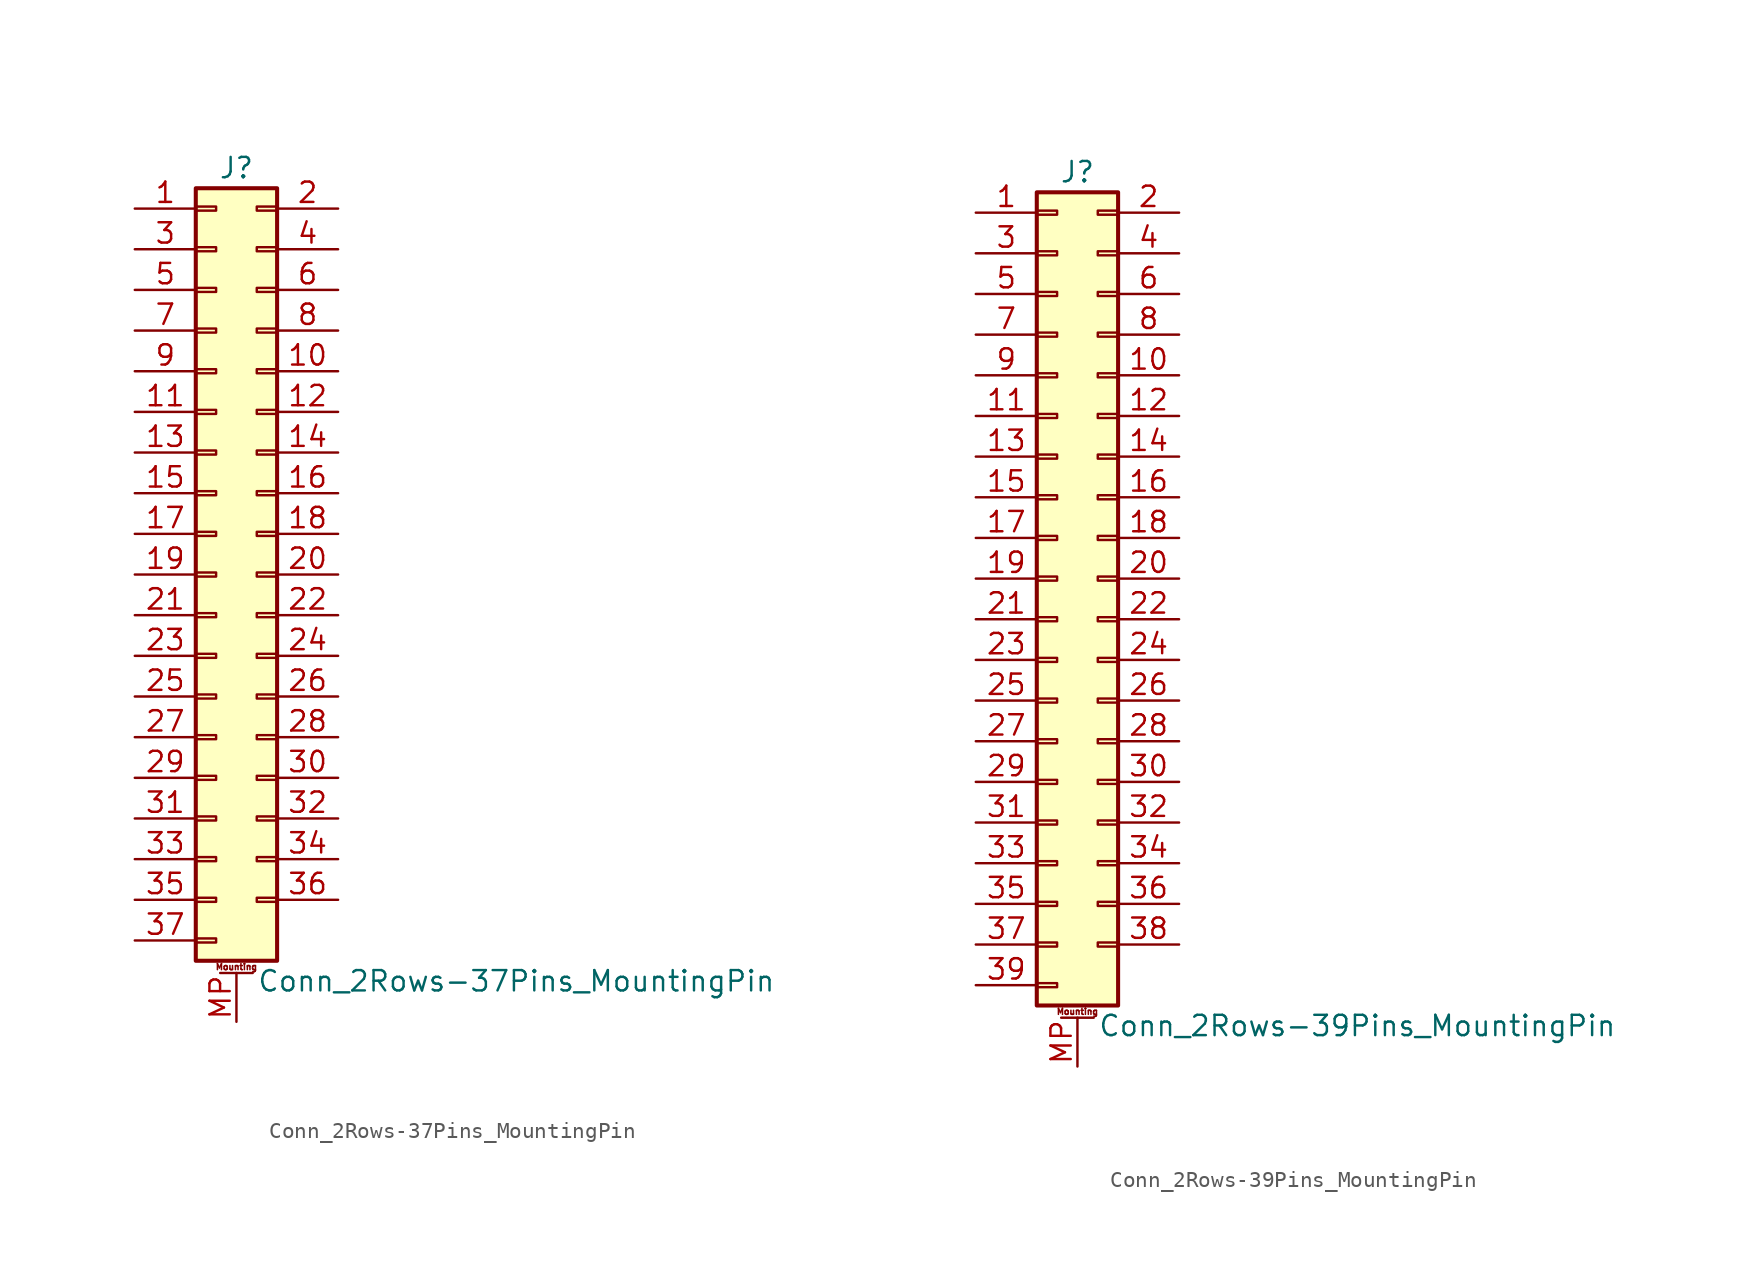
<source format=kicad_sym>
(kicad_symbol_lib
  (version 20201005)
  (generator kicad_symbol_editor)
  (symbol "Connector_Generic_MountingPin:Conn_2Rows-37Pins_MountingPin"
    (pin_names
      (offset 1.016) hide)
    (property "Reference" "J"
      (at 1.27 25.4 0)
      (effects (font (size 1.27 1.27))))
    (property "Value" "Conn_2Rows-37Pins_MountingPin"
      (at 2.54 -25.4 0)
      (effects (font (size 1.27 1.27)) (justify left)))
    (symbol "Conn_2Rows-37Pins_MountingPin_1_1"
      (text "Mounting" (at 1.27 -24.511 0) (effects (font (size 0.381 0.381))))
      (rectangle (start -1.27 -4.953) (end 0 -5.207) (stroke (width 0.152)) (fill (type none)))
      (rectangle (start -1.27 -7.493) (end 0 -7.747) (stroke (width 0.152)) (fill (type none)))
      (rectangle (start -1.27 -10.033) (end 0 -10.287) (stroke (width 0.152)) (fill (type none)))
      (rectangle (start -1.27 -12.573) (end 0 -12.827) (stroke (width 0.152)) (fill (type none)))
      (rectangle (start -1.27 -15.113) (end 0 -15.367) (stroke (width 0.152)) (fill (type none)))
      (rectangle (start -1.27 -17.653) (end 0 -17.907) (stroke (width 0.152)) (fill (type none)))
      (rectangle (start -1.27 -20.193) (end 0 -20.447) (stroke (width 0.152)) (fill (type none)))
      (rectangle (start -1.27 -22.733) (end 0 -22.987) (stroke (width 0.152)) (fill (type none)))
      (rectangle (start -1.27 -2.413) (end 0 -2.667) (stroke (width 0.152)) (fill (type none)))
      (rectangle (start -1.27 2.667) (end 0 2.413) (stroke (width 0.152)) (fill (type none)))
      (rectangle (start -1.27 5.207) (end 0 4.953) (stroke (width 0.152)) (fill (type none)))
      (rectangle (start -1.27 7.747) (end 0 7.493) (stroke (width 0.152)) (fill (type none)))
      (rectangle (start -1.27 10.287) (end 0 10.033) (stroke (width 0.152)) (fill (type none)))
      (rectangle (start -1.27 0.127) (end 0 -0.127) (stroke (width 0.152)) (fill (type none)))
      (rectangle (start -1.27 12.827) (end 0 12.573) (stroke (width 0.152)) (fill (type none)))
      (rectangle (start -1.27 15.367) (end 0 15.113) (stroke (width 0.152)) (fill (type none)))
      (rectangle (start -1.27 17.907) (end 0 17.653) (stroke (width 0.152)) (fill (type none)))
      (rectangle (start -1.27 20.447) (end 0 20.193) (stroke (width 0.152)) (fill (type none)))
      (rectangle (start -1.27 22.987) (end 0 22.733) (stroke (width 0.152)) (fill (type none)))
      (rectangle (start -1.27 24.13) (end 3.81 -24.13) (stroke (width 0.254)) (fill (type background)))
      (rectangle (start 3.81 -4.953) (end 2.54 -5.207) (stroke (width 0.152)) (fill (type none)))
      (rectangle (start 3.81 -7.493) (end 2.54 -7.747) (stroke (width 0.152)) (fill (type none)))
      (rectangle (start 3.81 -10.033) (end 2.54 -10.287) (stroke (width 0.152)) (fill (type none)))
      (rectangle (start 3.81 -12.573) (end 2.54 -12.827) (stroke (width 0.152)) (fill (type none)))
      (rectangle (start 3.81 -15.113) (end 2.54 -15.367) (stroke (width 0.152)) (fill (type none)))
      (rectangle (start 3.81 -17.653) (end 2.54 -17.907) (stroke (width 0.152)) (fill (type none)))
      (rectangle (start 3.81 -20.193) (end 2.54 -20.447) (stroke (width 0.152)) (fill (type none)))
      (rectangle (start 3.81 -2.413) (end 2.54 -2.667) (stroke (width 0.152)) (fill (type none)))
      (rectangle (start 3.81 2.667) (end 2.54 2.413) (stroke (width 0.152)) (fill (type none)))
      (rectangle (start 3.81 5.207) (end 2.54 4.953) (stroke (width 0.152)) (fill (type none)))
      (rectangle (start 3.81 7.747) (end 2.54 7.493) (stroke (width 0.152)) (fill (type none)))
      (rectangle (start 3.81 10.287) (end 2.54 10.033) (stroke (width 0.152)) (fill (type none)))
      (rectangle (start 3.81 0.127) (end 2.54 -0.127) (stroke (width 0.152)) (fill (type none)))
      (rectangle (start 3.81 12.827) (end 2.54 12.573) (stroke (width 0.152)) (fill (type none)))
      (rectangle (start 3.81 15.367) (end 2.54 15.113) (stroke (width 0.152)) (fill (type none)))
      (rectangle (start 3.81 17.907) (end 2.54 17.653) (stroke (width 0.152)) (fill (type none)))
      (rectangle (start 3.81 20.447) (end 2.54 20.193) (stroke (width 0.152)) (fill (type none)))
      (rectangle (start 3.81 22.987) (end 2.54 22.733) (stroke (width 0.152)) (fill (type none)))
      (polyline (pts (xy 0.254 -24.892) (xy 2.286 -24.892)) (stroke (width 0.152)) (fill (type none)))
      (pin passive line (at 1.27 -27.94 90) (length 3.048) (name "MountPin" (effects (font (size 1.27 1.27)))) (number "MP" (effects (font (size 1.27 1.27)))))
      (pin passive line (at -5.08 22.86 0) (length 3.81) (name "Pin_1" (effects (font (size 1.27 1.27)))) (number "1" (effects (font (size 1.27 1.27)))))
      (pin passive line (at 7.62 12.7 180) (length 3.81) (name "Pin_10" (effects (font (size 1.27 1.27)))) (number "10" (effects (font (size 1.27 1.27)))))
      (pin passive line (at -5.08 10.16 0) (length 3.81) (name "Pin_11" (effects (font (size 1.27 1.27)))) (number "11" (effects (font (size 1.27 1.27)))))
      (pin passive line (at 7.62 10.16 180) (length 3.81) (name "Pin_12" (effects (font (size 1.27 1.27)))) (number "12" (effects (font (size 1.27 1.27)))))
      (pin passive line (at -5.08 7.62 0) (length 3.81) (name "Pin_13" (effects (font (size 1.27 1.27)))) (number "13" (effects (font (size 1.27 1.27)))))
      (pin passive line (at 7.62 7.62 180) (length 3.81) (name "Pin_14" (effects (font (size 1.27 1.27)))) (number "14" (effects (font (size 1.27 1.27)))))
      (pin passive line (at -5.08 5.08 0) (length 3.81) (name "Pin_15" (effects (font (size 1.27 1.27)))) (number "15" (effects (font (size 1.27 1.27)))))
      (pin passive line (at 7.62 5.08 180) (length 3.81) (name "Pin_16" (effects (font (size 1.27 1.27)))) (number "16" (effects (font (size 1.27 1.27)))))
      (pin passive line (at -5.08 2.54 0) (length 3.81) (name "Pin_17" (effects (font (size 1.27 1.27)))) (number "17" (effects (font (size 1.27 1.27)))))
      (pin passive line (at 7.62 2.54 180) (length 3.81) (name "Pin_18" (effects (font (size 1.27 1.27)))) (number "18" (effects (font (size 1.27 1.27)))))
      (pin passive line (at -5.08 0 0) (length 3.81) (name "Pin_19" (effects (font (size 1.27 1.27)))) (number "19" (effects (font (size 1.27 1.27)))))
      (pin passive line (at 7.62 22.86 180) (length 3.81) (name "Pin_2" (effects (font (size 1.27 1.27)))) (number "2" (effects (font (size 1.27 1.27)))))
      (pin passive line (at 7.62 0 180) (length 3.81) (name "Pin_20" (effects (font (size 1.27 1.27)))) (number "20" (effects (font (size 1.27 1.27)))))
      (pin passive line (at -5.08 -2.54 0) (length 3.81) (name "Pin_21" (effects (font (size 1.27 1.27)))) (number "21" (effects (font (size 1.27 1.27)))))
      (pin passive line (at 7.62 -2.54 180) (length 3.81) (name "Pin_22" (effects (font (size 1.27 1.27)))) (number "22" (effects (font (size 1.27 1.27)))))
      (pin passive line (at -5.08 -5.08 0) (length 3.81) (name "Pin_23" (effects (font (size 1.27 1.27)))) (number "23" (effects (font (size 1.27 1.27)))))
      (pin passive line (at 7.62 -5.08 180) (length 3.81) (name "Pin_24" (effects (font (size 1.27 1.27)))) (number "24" (effects (font (size 1.27 1.27)))))
      (pin passive line (at -5.08 -7.62 0) (length 3.81) (name "Pin_25" (effects (font (size 1.27 1.27)))) (number "25" (effects (font (size 1.27 1.27)))))
      (pin passive line (at 7.62 -7.62 180) (length 3.81) (name "Pin_26" (effects (font (size 1.27 1.27)))) (number "26" (effects (font (size 1.27 1.27)))))
      (pin passive line (at -5.08 -10.16 0) (length 3.81) (name "Pin_27" (effects (font (size 1.27 1.27)))) (number "27" (effects (font (size 1.27 1.27)))))
      (pin passive line (at 7.62 -10.16 180) (length 3.81) (name "Pin_28" (effects (font (size 1.27 1.27)))) (number "28" (effects (font (size 1.27 1.27)))))
      (pin passive line (at -5.08 -12.7 0) (length 3.81) (name "Pin_29" (effects (font (size 1.27 1.27)))) (number "29" (effects (font (size 1.27 1.27)))))
      (pin passive line (at -5.08 20.32 0) (length 3.81) (name "Pin_3" (effects (font (size 1.27 1.27)))) (number "3" (effects (font (size 1.27 1.27)))))
      (pin passive line (at 7.62 -12.7 180) (length 3.81) (name "Pin_30" (effects (font (size 1.27 1.27)))) (number "30" (effects (font (size 1.27 1.27)))))
      (pin passive line (at -5.08 -15.24 0) (length 3.81) (name "Pin_31" (effects (font (size 1.27 1.27)))) (number "31" (effects (font (size 1.27 1.27)))))
      (pin passive line (at 7.62 -15.24 180) (length 3.81) (name "Pin_32" (effects (font (size 1.27 1.27)))) (number "32" (effects (font (size 1.27 1.27)))))
      (pin passive line (at -5.08 -17.78 0) (length 3.81) (name "Pin_33" (effects (font (size 1.27 1.27)))) (number "33" (effects (font (size 1.27 1.27)))))
      (pin passive line (at 7.62 -17.78 180) (length 3.81) (name "Pin_34" (effects (font (size 1.27 1.27)))) (number "34" (effects (font (size 1.27 1.27)))))
      (pin passive line (at -5.08 -20.32 0) (length 3.81) (name "Pin_35" (effects (font (size 1.27 1.27)))) (number "35" (effects (font (size 1.27 1.27)))))
      (pin passive line (at 7.62 -20.32 180) (length 3.81) (name "Pin_36" (effects (font (size 1.27 1.27)))) (number "36" (effects (font (size 1.27 1.27)))))
      (pin passive line (at -5.08 -22.86 0) (length 3.81) (name "Pin_37" (effects (font (size 1.27 1.27)))) (number "37" (effects (font (size 1.27 1.27)))))
      (pin passive line (at 7.62 20.32 180) (length 3.81) (name "Pin_4" (effects (font (size 1.27 1.27)))) (number "4" (effects (font (size 1.27 1.27)))))
      (pin passive line (at -5.08 17.78 0) (length 3.81) (name "Pin_5" (effects (font (size 1.27 1.27)))) (number "5" (effects (font (size 1.27 1.27)))))
      (pin passive line (at 7.62 17.78 180) (length 3.81) (name "Pin_6" (effects (font (size 1.27 1.27)))) (number "6" (effects (font (size 1.27 1.27)))))
      (pin passive line (at -5.08 15.24 0) (length 3.81) (name "Pin_7" (effects (font (size 1.27 1.27)))) (number "7" (effects (font (size 1.27 1.27)))))
      (pin passive line (at 7.62 15.24 180) (length 3.81) (name "Pin_8" (effects (font (size 1.27 1.27)))) (number "8" (effects (font (size 1.27 1.27)))))
      (pin passive line (at -5.08 12.7 0) (length 3.81) (name "Pin_9" (effects (font (size 1.27 1.27)))) (number "9" (effects (font (size 1.27 1.27)))))))
  (symbol "Connector_Generic_MountingPin:Conn_2Rows-39Pins_MountingPin"
    (pin_names
      (offset 1.016) hide)
    (property "Reference" "J"
      (at 1.27 25.4 0)
      (effects (font (size 1.27 1.27))))
    (property "Value" "Conn_2Rows-39Pins_MountingPin"
      (at 2.54 -27.94 0)
      (effects (font (size 1.27 1.27)) (justify left)))
    (symbol "Conn_2Rows-39Pins_MountingPin_1_1"
      (text "Mounting" (at 1.27 -27.051 0) (effects (font (size 0.381 0.381))))
      (rectangle (start -1.27 -4.953) (end 0 -5.207) (stroke (width 0.152)) (fill (type none)))
      (rectangle (start -1.27 -7.493) (end 0 -7.747) (stroke (width 0.152)) (fill (type none)))
      (rectangle (start -1.27 -10.033) (end 0 -10.287) (stroke (width 0.152)) (fill (type none)))
      (rectangle (start -1.27 -12.573) (end 0 -12.827) (stroke (width 0.152)) (fill (type none)))
      (rectangle (start -1.27 -15.113) (end 0 -15.367) (stroke (width 0.152)) (fill (type none)))
      (rectangle (start -1.27 -17.653) (end 0 -17.907) (stroke (width 0.152)) (fill (type none)))
      (rectangle (start -1.27 -20.193) (end 0 -20.447) (stroke (width 0.152)) (fill (type none)))
      (rectangle (start -1.27 -22.733) (end 0 -22.987) (stroke (width 0.152)) (fill (type none)))
      (rectangle (start -1.27 -2.413) (end 0 -2.667) (stroke (width 0.152)) (fill (type none)))
      (rectangle (start -1.27 -25.273) (end 0 -25.527) (stroke (width 0.152)) (fill (type none)))
      (rectangle (start -1.27 2.667) (end 0 2.413) (stroke (width 0.152)) (fill (type none)))
      (rectangle (start -1.27 5.207) (end 0 4.953) (stroke (width 0.152)) (fill (type none)))
      (rectangle (start -1.27 7.747) (end 0 7.493) (stroke (width 0.152)) (fill (type none)))
      (rectangle (start -1.27 10.287) (end 0 10.033) (stroke (width 0.152)) (fill (type none)))
      (rectangle (start -1.27 0.127) (end 0 -0.127) (stroke (width 0.152)) (fill (type none)))
      (rectangle (start -1.27 12.827) (end 0 12.573) (stroke (width 0.152)) (fill (type none)))
      (rectangle (start -1.27 15.367) (end 0 15.113) (stroke (width 0.152)) (fill (type none)))
      (rectangle (start -1.27 17.907) (end 0 17.653) (stroke (width 0.152)) (fill (type none)))
      (rectangle (start -1.27 20.447) (end 0 20.193) (stroke (width 0.152)) (fill (type none)))
      (rectangle (start -1.27 22.987) (end 0 22.733) (stroke (width 0.152)) (fill (type none)))
      (rectangle (start -1.27 24.13) (end 3.81 -26.67) (stroke (width 0.254)) (fill (type background)))
      (rectangle (start 3.81 -4.953) (end 2.54 -5.207) (stroke (width 0.152)) (fill (type none)))
      (rectangle (start 3.81 -7.493) (end 2.54 -7.747) (stroke (width 0.152)) (fill (type none)))
      (rectangle (start 3.81 -10.033) (end 2.54 -10.287) (stroke (width 0.152)) (fill (type none)))
      (rectangle (start 3.81 -12.573) (end 2.54 -12.827) (stroke (width 0.152)) (fill (type none)))
      (rectangle (start 3.81 -15.113) (end 2.54 -15.367) (stroke (width 0.152)) (fill (type none)))
      (rectangle (start 3.81 -17.653) (end 2.54 -17.907) (stroke (width 0.152)) (fill (type none)))
      (rectangle (start 3.81 -20.193) (end 2.54 -20.447) (stroke (width 0.152)) (fill (type none)))
      (rectangle (start 3.81 -22.733) (end 2.54 -22.987) (stroke (width 0.152)) (fill (type none)))
      (rectangle (start 3.81 -2.413) (end 2.54 -2.667) (stroke (width 0.152)) (fill (type none)))
      (rectangle (start 3.81 2.667) (end 2.54 2.413) (stroke (width 0.152)) (fill (type none)))
      (rectangle (start 3.81 5.207) (end 2.54 4.953) (stroke (width 0.152)) (fill (type none)))
      (rectangle (start 3.81 7.747) (end 2.54 7.493) (stroke (width 0.152)) (fill (type none)))
      (rectangle (start 3.81 10.287) (end 2.54 10.033) (stroke (width 0.152)) (fill (type none)))
      (rectangle (start 3.81 0.127) (end 2.54 -0.127) (stroke (width 0.152)) (fill (type none)))
      (rectangle (start 3.81 12.827) (end 2.54 12.573) (stroke (width 0.152)) (fill (type none)))
      (rectangle (start 3.81 15.367) (end 2.54 15.113) (stroke (width 0.152)) (fill (type none)))
      (rectangle (start 3.81 17.907) (end 2.54 17.653) (stroke (width 0.152)) (fill (type none)))
      (rectangle (start 3.81 20.447) (end 2.54 20.193) (stroke (width 0.152)) (fill (type none)))
      (rectangle (start 3.81 22.987) (end 2.54 22.733) (stroke (width 0.152)) (fill (type none)))
      (polyline (pts (xy 0.254 -27.432) (xy 2.286 -27.432)) (stroke (width 0.152)) (fill (type none)))
      (pin passive line (at 1.27 -30.48 90) (length 3.048) (name "MountPin" (effects (font (size 1.27 1.27)))) (number "MP" (effects (font (size 1.27 1.27)))))
      (pin passive line (at -5.08 22.86 0) (length 3.81) (name "Pin_1" (effects (font (size 1.27 1.27)))) (number "1" (effects (font (size 1.27 1.27)))))
      (pin passive line (at 7.62 12.7 180) (length 3.81) (name "Pin_10" (effects (font (size 1.27 1.27)))) (number "10" (effects (font (size 1.27 1.27)))))
      (pin passive line (at -5.08 10.16 0) (length 3.81) (name "Pin_11" (effects (font (size 1.27 1.27)))) (number "11" (effects (font (size 1.27 1.27)))))
      (pin passive line (at 7.62 10.16 180) (length 3.81) (name "Pin_12" (effects (font (size 1.27 1.27)))) (number "12" (effects (font (size 1.27 1.27)))))
      (pin passive line (at -5.08 7.62 0) (length 3.81) (name "Pin_13" (effects (font (size 1.27 1.27)))) (number "13" (effects (font (size 1.27 1.27)))))
      (pin passive line (at 7.62 7.62 180) (length 3.81) (name "Pin_14" (effects (font (size 1.27 1.27)))) (number "14" (effects (font (size 1.27 1.27)))))
      (pin passive line (at -5.08 5.08 0) (length 3.81) (name "Pin_15" (effects (font (size 1.27 1.27)))) (number "15" (effects (font (size 1.27 1.27)))))
      (pin passive line (at 7.62 5.08 180) (length 3.81) (name "Pin_16" (effects (font (size 1.27 1.27)))) (number "16" (effects (font (size 1.27 1.27)))))
      (pin passive line (at -5.08 2.54 0) (length 3.81) (name "Pin_17" (effects (font (size 1.27 1.27)))) (number "17" (effects (font (size 1.27 1.27)))))
      (pin passive line (at 7.62 2.54 180) (length 3.81) (name "Pin_18" (effects (font (size 1.27 1.27)))) (number "18" (effects (font (size 1.27 1.27)))))
      (pin passive line (at -5.08 0 0) (length 3.81) (name "Pin_19" (effects (font (size 1.27 1.27)))) (number "19" (effects (font (size 1.27 1.27)))))
      (pin passive line (at 7.62 22.86 180) (length 3.81) (name "Pin_2" (effects (font (size 1.27 1.27)))) (number "2" (effects (font (size 1.27 1.27)))))
      (pin passive line (at 7.62 0 180) (length 3.81) (name "Pin_20" (effects (font (size 1.27 1.27)))) (number "20" (effects (font (size 1.27 1.27)))))
      (pin passive line (at -5.08 -2.54 0) (length 3.81) (name "Pin_21" (effects (font (size 1.27 1.27)))) (number "21" (effects (font (size 1.27 1.27)))))
      (pin passive line (at 7.62 -2.54 180) (length 3.81) (name "Pin_22" (effects (font (size 1.27 1.27)))) (number "22" (effects (font (size 1.27 1.27)))))
      (pin passive line (at -5.08 -5.08 0) (length 3.81) (name "Pin_23" (effects (font (size 1.27 1.27)))) (number "23" (effects (font (size 1.27 1.27)))))
      (pin passive line (at 7.62 -5.08 180) (length 3.81) (name "Pin_24" (effects (font (size 1.27 1.27)))) (number "24" (effects (font (size 1.27 1.27)))))
      (pin passive line (at -5.08 -7.62 0) (length 3.81) (name "Pin_25" (effects (font (size 1.27 1.27)))) (number "25" (effects (font (size 1.27 1.27)))))
      (pin passive line (at 7.62 -7.62 180) (length 3.81) (name "Pin_26" (effects (font (size 1.27 1.27)))) (number "26" (effects (font (size 1.27 1.27)))))
      (pin passive line (at -5.08 -10.16 0) (length 3.81) (name "Pin_27" (effects (font (size 1.27 1.27)))) (number "27" (effects (font (size 1.27 1.27)))))
      (pin passive line (at 7.62 -10.16 180) (length 3.81) (name "Pin_28" (effects (font (size 1.27 1.27)))) (number "28" (effects (font (size 1.27 1.27)))))
      (pin passive line (at -5.08 -12.7 0) (length 3.81) (name "Pin_29" (effects (font (size 1.27 1.27)))) (number "29" (effects (font (size 1.27 1.27)))))
      (pin passive line (at -5.08 20.32 0) (length 3.81) (name "Pin_3" (effects (font (size 1.27 1.27)))) (number "3" (effects (font (size 1.27 1.27)))))
      (pin passive line (at 7.62 -12.7 180) (length 3.81) (name "Pin_30" (effects (font (size 1.27 1.27)))) (number "30" (effects (font (size 1.27 1.27)))))
      (pin passive line (at -5.08 -15.24 0) (length 3.81) (name "Pin_31" (effects (font (size 1.27 1.27)))) (number "31" (effects (font (size 1.27 1.27)))))
      (pin passive line (at 7.62 -15.24 180) (length 3.81) (name "Pin_32" (effects (font (size 1.27 1.27)))) (number "32" (effects (font (size 1.27 1.27)))))
      (pin passive line (at -5.08 -17.78 0) (length 3.81) (name "Pin_33" (effects (font (size 1.27 1.27)))) (number "33" (effects (font (size 1.27 1.27)))))
      (pin passive line (at 7.62 -17.78 180) (length 3.81) (name "Pin_34" (effects (font (size 1.27 1.27)))) (number "34" (effects (font (size 1.27 1.27)))))
      (pin passive line (at -5.08 -20.32 0) (length 3.81) (name "Pin_35" (effects (font (size 1.27 1.27)))) (number "35" (effects (font (size 1.27 1.27)))))
      (pin passive line (at 7.62 -20.32 180) (length 3.81) (name "Pin_36" (effects (font (size 1.27 1.27)))) (number "36" (effects (font (size 1.27 1.27)))))
      (pin passive line (at -5.08 -22.86 0) (length 3.81) (name "Pin_37" (effects (font (size 1.27 1.27)))) (number "37" (effects (font (size 1.27 1.27)))))
      (pin passive line (at 7.62 -22.86 180) (length 3.81) (name "Pin_38" (effects (font (size 1.27 1.27)))) (number "38" (effects (font (size 1.27 1.27)))))
      (pin passive line (at -5.08 -25.4 0) (length 3.81) (name "Pin_39" (effects (font (size 1.27 1.27)))) (number "39" (effects (font (size 1.27 1.27)))))
      (pin passive line (at 7.62 20.32 180) (length 3.81) (name "Pin_4" (effects (font (size 1.27 1.27)))) (number "4" (effects (font (size 1.27 1.27)))))
      (pin passive line (at -5.08 17.78 0) (length 3.81) (name "Pin_5" (effects (font (size 1.27 1.27)))) (number "5" (effects (font (size 1.27 1.27)))))
      (pin passive line (at 7.62 17.78 180) (length 3.81) (name "Pin_6" (effects (font (size 1.27 1.27)))) (number "6" (effects (font (size 1.27 1.27)))))
      (pin passive line (at -5.08 15.24 0) (length 3.81) (name "Pin_7" (effects (font (size 1.27 1.27)))) (number "7" (effects (font (size 1.27 1.27)))))
      (pin passive line (at 7.62 15.24 180) (length 3.81) (name "Pin_8" (effects (font (size 1.27 1.27)))) (number "8" (effects (font (size 1.27 1.27)))))
      (pin passive line (at -5.08 12.7 0) (length 3.81) (name "Pin_9" (effects (font (size 1.27 1.27)))) (number "9" (effects (font (size 1.27 1.27))))))))
</source>
